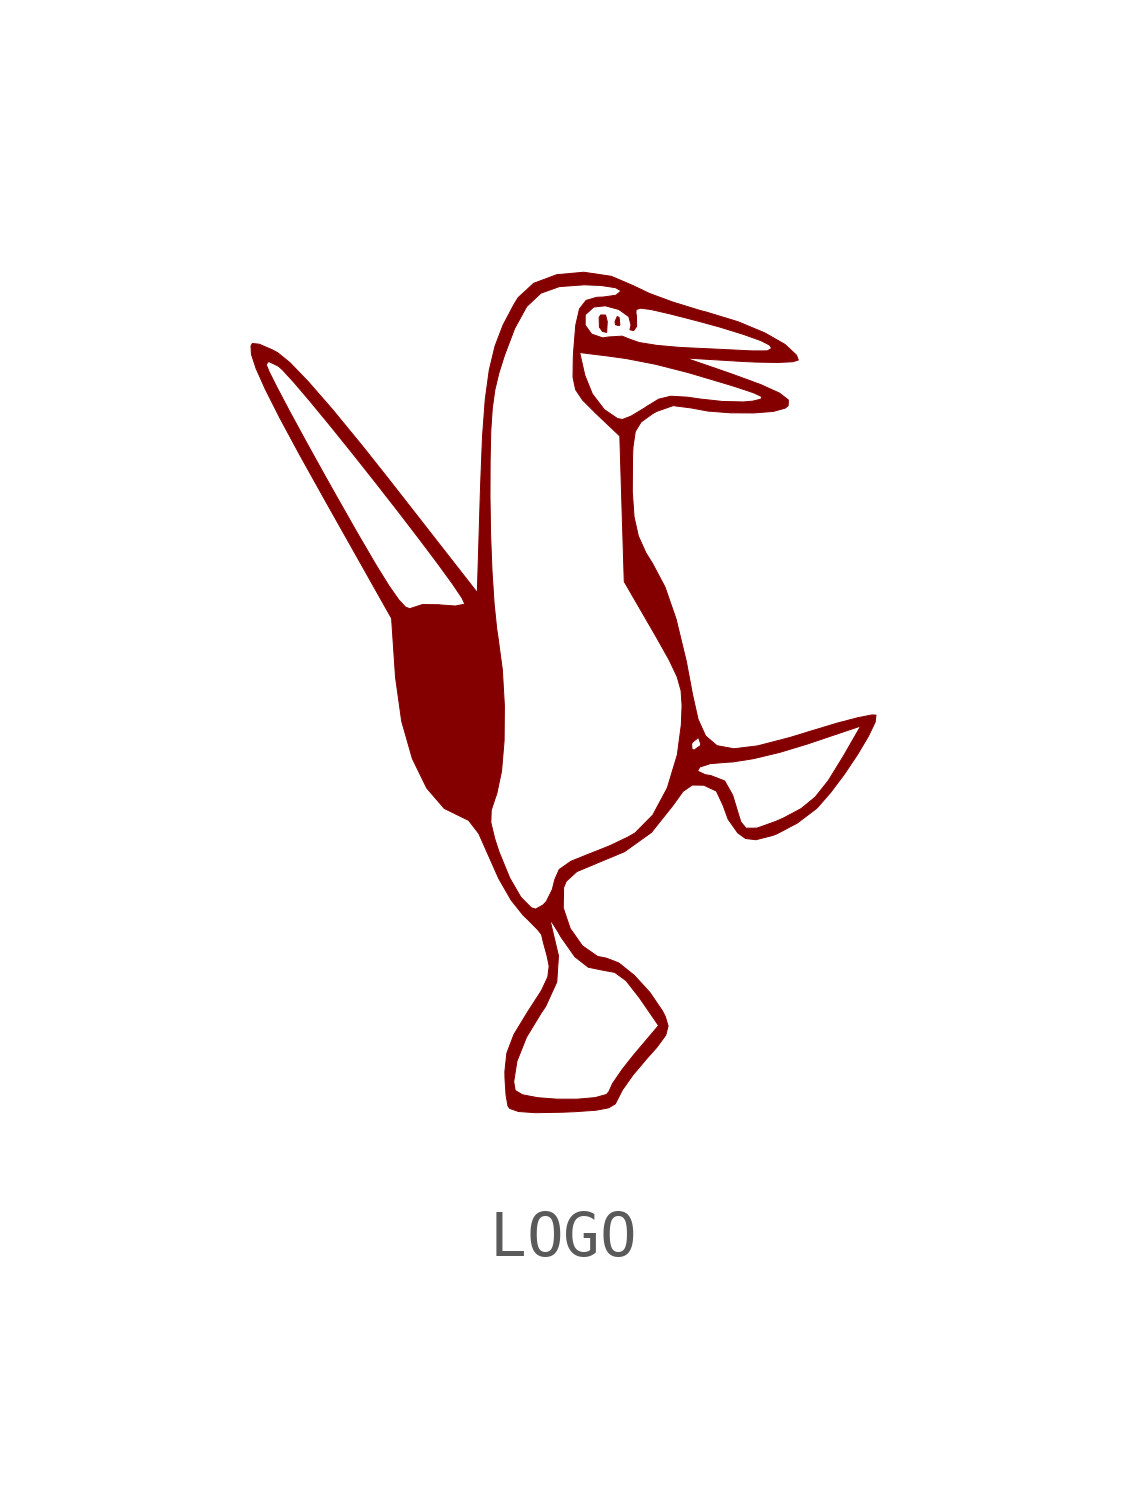
<source format=kicad_sym>
(kicad_symbol_lib
  (version 20211014)
  (generator kicad_symbol_editor)
  (symbol "LOGO"
    (pin_names
      (offset 1.016))
    (property "Reference" "#G"
      (at 0 8.307 0)
      (effects (font (size 1.27 1.27)) hide))
    (symbol "LOGO_0_0"
      (polyline (pts (xy 1.139 7.708) (xy 1.123 7.862) (xy 1.084 7.882) (xy 1.037 7.776) (xy 1.046 7.707) (xy 1.123 7.689) (xy 1.139 7.708)) (stroke (width 0.01) (type default) (color 0 0 0 0)) (fill (type outline)))
      (polyline (pts (xy 0.872 7.774) (xy 0.836 7.913) (xy 0.735 7.915) (xy 0.7 7.864) (xy 0.706 7.657) (xy 0.771 7.565) (xy 0.859 7.546) (xy 0.872 7.774)) (stroke (width 0.01) (type default) (color 0 0 0 0)) (fill (type outline)))
      (polyline (pts (xy -0.07 -8.965) (xy 0.187 -8.954) (xy 0.635 -8.923) (xy 0.901 -8.872) (xy 1.042 -8.788) (xy 1.111 -8.654) (xy 1.193 -8.492) (xy 1.419 -8.173) (xy 1.719 -7.818) (xy 1.921 -7.592) (xy 2.11 -7.334) (xy 2.16 -7.142) (xy 2.103 -6.946) (xy 2.043 -6.826) (xy 1.774 -6.429) (xy 1.443 -6.067) (xy 1.114 -5.804) (xy 0.849 -5.702) (xy 0.667 -5.667) (xy 0.345 -5.443) (xy 0.087 -5.075) (xy -0.06 -4.639) (xy -0.052 -4.209) (xy 0.004 -4.074) (xy 0.227 -3.871) (xy 0.653 -3.692) (xy 1.235 -3.45) (xy 1.807 -3.041) (xy 2.268 -2.462) (xy 2.475 -2.173) (xy 2.671 -2.038) (xy 2.914 -2.041) (xy 3.183 -2.166) (xy 3.326 -2.472) (xy 3.431 -2.762) (xy 3.635 -3.051) (xy 3.801 -3.17) (xy 4.019 -3.196) (xy 4.366 -3.108) (xy 4.464 -3.071) (xy 4.898 -2.841) (xy 5.29 -2.544) (xy 5.335 -2.501) (xy 5.604 -2.192) (xy 5.896 -1.802) (xy 6.175 -1.385) (xy 6.403 -1.001) (xy 6.544 -0.706) (xy 6.562 -0.557) (xy 6.475 -0.554) (xy 6.183 -0.611) (xy 5.74 -0.727) (xy 5.202 -0.889) (xy 4.744 -1.03) (xy 4.054 -1.209) (xy 3.549 -1.27) (xy 3.194 -1.204) (xy 2.954 -0.999) (xy 2.794 -0.644) (xy 2.679 -0.13) (xy 2.545 0.584) (xy 2.33 1.474) (xy 2.095 2.153) (xy 1.832 2.65) (xy 1.69 2.878) (xy 1.53 3.233) (xy 1.439 3.642) (xy 1.402 4.173) (xy 1.407 4.894) (xy 1.417 5.123) (xy 1.465 5.446) (xy 1.588 5.648) (xy 1.827 5.821) (xy 1.916 5.872) (xy 2.267 5.995) (xy 2.637 5.948) (xy 2.997 5.881) (xy 3.478 5.843) (xy 3.972 5.84) (xy 4.389 5.873) (xy 4.639 5.942) (xy 4.702 5.995) (xy 4.706 6.115) (xy 4.52 6.259) (xy 4.123 6.439) (xy 3.494 6.67) (xy 2.527 7.004) (xy 3.726 6.931) (xy 4.018 6.917) (xy 4.482 6.909) (xy 4.801 6.924) (xy 4.917 6.961) (xy 4.877 7.065) (xy 4.633 7.292) (xy 4.207 7.535) (xy 3.649 7.768) (xy 3.006 7.965) (xy 2.831 8.012) (xy 2.262 8.187) (xy 1.763 8.371) (xy 1.425 8.533) (xy 0.958 8.733) (xy 0.377 8.819) (xy -0.195 8.768) (xy -0.684 8.586) (xy -1.015 8.281) (xy -1.107 8.13) (xy -1.334 7.7) (xy -1.504 7.256) (xy -1.626 6.749) (xy -1.711 6.128) (xy -1.769 5.346) (xy -1.808 4.354) (xy -1.817 4.082) (xy -1.611 4.082) (xy -1.608 4.833) (xy -1.594 5.462) (xy -1.562 5.941) (xy -1.508 6.328) (xy -1.424 6.68) (xy -1.306 7.055) (xy -1.088 7.631) (xy -0.833 8.094) (xy -0.533 8.376) (xy -0.143 8.515) (xy 0.383 8.553) (xy 0.739 8.539) (xy 1.048 8.492) (xy 1.166 8.424) (xy 1.055 8.332) (xy 0.785 8.294) (xy 0.651 8.289) (xy 0.424 8.223) (xy 0.284 8.043) (xy 0.205 7.7) (xy 0.404 7.7) (xy 0.405 7.918) (xy 0.584 8.082) (xy 0.829 8.109) (xy 1.117 8.031) (xy 1.329 7.88) (xy 1.375 7.702) (xy 1.353 7.6) (xy 1.432 7.585) (xy 1.494 7.672) (xy 1.49 7.907) (xy 1.479 7.944) (xy 1.483 8.028) (xy 1.575 8.058) (xy 1.796 8.03) (xy 2.186 7.941) (xy 2.785 7.787) (xy 3.242 7.662) (xy 3.751 7.505) (xy 4.126 7.371) (xy 4.308 7.278) (xy 4.354 7.208) (xy 4.262 7.154) (xy 3.946 7.153) (xy 3.562 7.172) (xy 3.028 7.198) (xy 2.468 7.224) (xy 2.41 7.227) (xy 1.925 7.27) (xy 1.542 7.332) (xy 1.34 7.404) (xy 1.187 7.466) (xy 0.897 7.448) (xy 0.776 7.429) (xy 0.541 7.509) (xy 0.404 7.7) (xy 0.205 7.7) (xy 0.205 7.7) (xy 0.16 7.146) (xy 0.159 7.119) (xy 0.288 7.119) (xy 0.889 7.045) (xy 1.277 6.991) (xy 1.889 6.872) (xy 2.581 6.696) (xy 3.434 6.442) (xy 3.589 6.394) (xy 3.973 6.266) (xy 4.143 6.186) (xy 4.127 6.133) (xy 3.953 6.09) (xy 3.755 6.073) (xy 3.313 6.083) (xy 2.829 6.136) (xy 2.57 6.174) (xy 2.218 6.194) (xy 1.964 6.133) (xy 1.707 5.977) (xy 1.657 5.942) (xy 1.375 5.772) (xy 1.193 5.702) (xy 1.089 5.721) (xy 0.809 5.911) (xy 0.556 6.242) (xy 0.397 6.637) (xy 0.288 7.119) (xy 0.159 7.119) (xy 0.152 6.991) (xy 0.147 6.594) (xy 0.202 6.333) (xy 0.351 6.112) (xy 0.627 5.836) (xy 1.138 5.351) (xy 1.232 2.268) (xy 1.861 1.181) (xy 1.912 1.093) (xy 2.185 0.606) (xy 2.352 0.254) (xy 2.435 -0.04) (xy 2.456 -0.354) (xy 2.44 -0.763) (xy 2.386 -1.166) (xy 2.657 -1.166) (xy 2.683 -1.127) (xy 2.794 -1.037) (xy 2.807 -1.04) (xy 2.851 -1.166) (xy 2.846 -1.202) (xy 2.714 -1.296) (xy 2.667 -1.286) (xy 2.657 -1.166) (xy 2.386 -1.166) (xy 2.356 -1.396) (xy 2.251 -1.743) (xy 2.783 -1.743) (xy 2.83 -1.657) (xy 3.053 -1.585) (xy 3.417 -1.555) (xy 3.53 -1.549) (xy 3.97 -1.479) (xy 4.526 -1.346) (xy 5.104 -1.171) (xy 6.239 -0.788) (xy 5.888 -1.398) (xy 5.871 -1.427) (xy 5.552 -1.945) (xy 5.275 -2.293) (xy 4.978 -2.536) (xy 4.601 -2.737) (xy 4.438 -2.809) (xy 4.042 -2.95) (xy 3.809 -2.952) (xy 3.7 -2.819) (xy 3.631 -2.596) (xy 3.532 -2.268) (xy 3.526 -2.251) (xy 3.358 -1.952) (xy 3.066 -1.838) (xy 2.945 -1.818) (xy 2.783 -1.743) (xy 2.251 -1.743) (xy 2.144 -2.099) (xy 1.837 -2.672) (xy 1.462 -3.052) (xy 1.315 -3.137) (xy 0.914 -3.328) (xy 0.464 -3.506) (xy 0.103 -3.652) (xy -0.145 -3.826) (xy -0.239 -4.039) (xy -0.291 -4.249) (xy -0.417 -4.503) (xy -0.489 -4.578) (xy -0.644 -4.665) (xy -0.737 -4.636) (xy -0.958 -4.412) (xy -1.194 -4.004) (xy -1.418 -3.457) (xy -1.51 -3.175) (xy -1.593 -2.831) (xy -1.585 -2.571) (xy -1.495 -2.299) (xy -1.468 -2.226) (xy -1.366 -1.744) (xy -1.312 -1.097) (xy -1.306 -0.358) (xy -1.349 0.4) (xy -1.443 1.101) (xy -1.468 1.264) (xy -1.524 1.807) (xy -1.569 2.506) (xy -1.599 3.289) (xy -1.611 4.082) (xy -1.817 4.082) (xy -1.879 2.035) (xy -3.758 4.441) (xy -4.312 5.14) (xy -4.937 5.902) (xy -5.453 6.495) (xy -5.846 6.904) (xy -6.104 7.114) (xy -6.219 7.176) (xy -6.497 7.296) (xy -6.643 7.31) (xy -6.671 7.259) (xy -6.662 7.082) (xy -6.591 6.867) (xy -6.35 6.867) (xy -6.298 6.931) (xy -6.09 6.83) (xy -5.998 6.747) (xy -5.755 6.481) (xy -5.411 6.077) (xy -4.992 5.568) (xy -4.525 4.988) (xy -4.037 4.372) (xy -3.554 3.753) (xy -3.103 3.165) (xy -2.71 2.642) (xy -2.402 2.218) (xy -2.205 1.926) (xy -2.147 1.801) (xy -2.157 1.79) (xy -2.343 1.752) (xy -2.658 1.775) (xy -2.693 1.78) (xy -3.042 1.783) (xy -3.279 1.706) (xy -3.3 1.694) (xy -3.395 1.726) (xy -3.539 1.879) (xy -3.748 2.176) (xy -4.034 2.638) (xy -4.413 3.287) (xy -4.899 4.143) (xy -5.122 4.54) (xy -5.516 5.252) (xy -5.854 5.875) (xy -6.117 6.374) (xy -6.289 6.716) (xy -6.35 6.867) (xy -6.591 6.867) (xy -6.564 6.783) (xy -6.367 6.342) (xy -6.063 5.74) (xy -5.641 4.957) (xy -5.093 3.974) (xy -3.694 1.49) (xy -3.616 0.324) (xy -3.609 0.231) (xy -3.48 -0.689) (xy -3.255 -1.477) (xy -2.95 -2.103) (xy -2.579 -2.534) (xy -2.157 -2.741) (xy -2.064 -2.785) (xy -1.847 -3.067) (xy -1.608 -3.607) (xy -1.427 -4.015) (xy -1.163 -4.474) (xy -0.909 -4.793) (xy -0.817 -4.88) (xy -0.604 -5.096) (xy -0.518 -5.204) (xy -0.518 -5.207) (xy -0.482 -5.365) (xy -0.402 -5.656) (xy -0.358 -5.873) (xy -0.387 -6.104) (xy -0.522 -6.391) (xy -0.791 -6.807) (xy -0.811 -6.837) (xy -1.104 -7.32) (xy -1.254 -7.713) (xy -1.296 -8.106) (xy -1.294 -8.233) (xy -1.289 -8.318) (xy -1.109 -8.318) (xy -1.041 -7.886) (xy -0.838 -7.376) (xy -0.526 -6.862) (xy -0.434 -6.728) (xy -0.197 -6.208) (xy -0.161 -5.653) (xy -0.318 -4.989) (xy -0.331 -4.944) (xy -0.305 -4.932) (xy -0.186 -5.119) (xy -0.109 -5.253) (xy 0.187 -5.674) (xy 0.471 -5.896) (xy 0.791 -5.961) (xy 1.029 -6.004) (xy 1.272 -6.181) (xy 1.556 -6.545) (xy 1.958 -7.13) (xy 1.432 -7.752) (xy 1.19 -8.058) (xy 0.986 -8.355) (xy 0.907 -8.529) (xy 0.856 -8.59) (xy 0.613 -8.656) (xy 0.238 -8.689) (xy -0.194 -8.689) (xy -0.608 -8.657) (xy -0.927 -8.595) (xy -1.078 -8.504) (xy -1.109 -8.318) (xy -1.289 -8.318) (xy -1.271 -8.602) (xy -1.23 -8.834) (xy -1.191 -8.886) (xy -1.007 -8.95) (xy -0.647 -8.975) (xy -0.07 -8.965)) (stroke (width 0.01) (type default) (color 0 0 0 0)) (fill (type outline))))))
</source>
